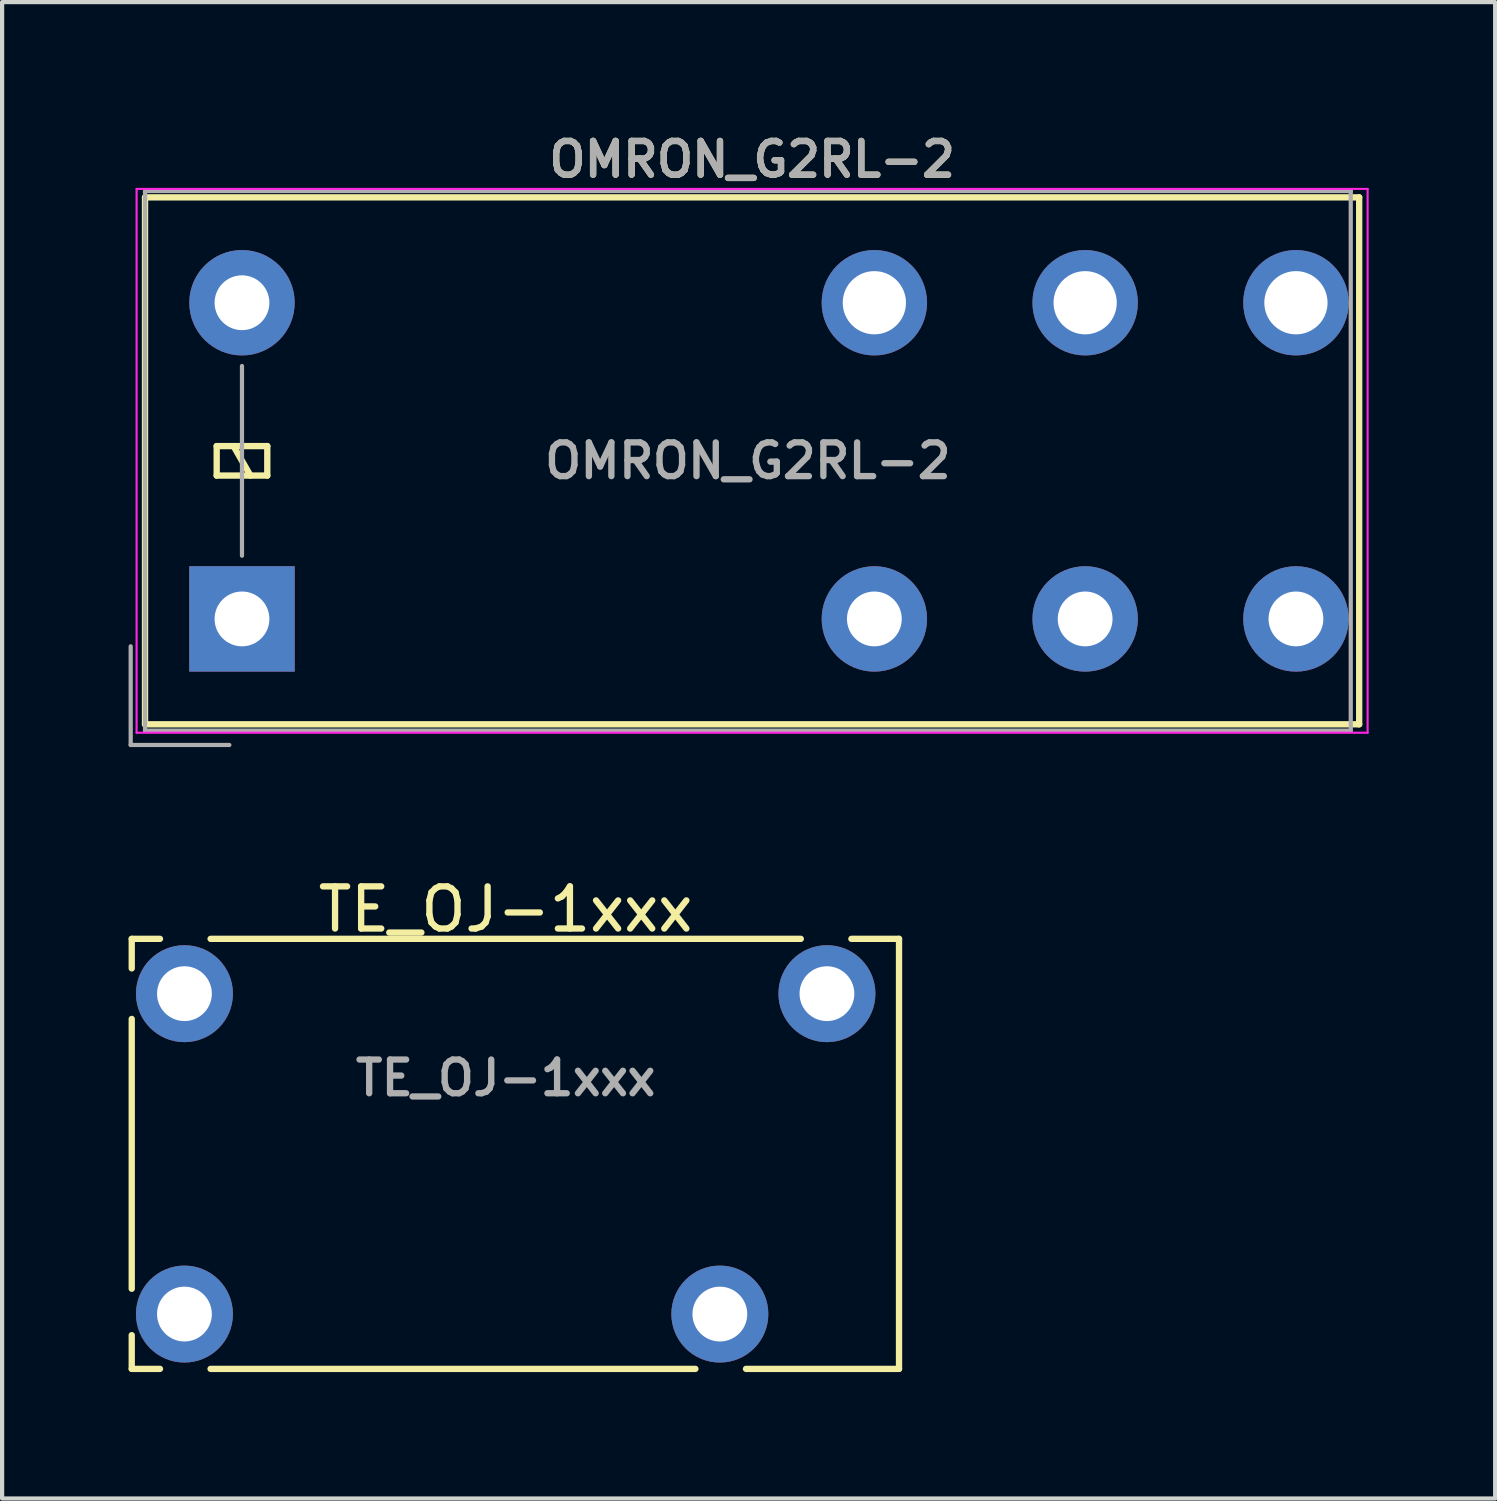
<source format=kicad_pcb>
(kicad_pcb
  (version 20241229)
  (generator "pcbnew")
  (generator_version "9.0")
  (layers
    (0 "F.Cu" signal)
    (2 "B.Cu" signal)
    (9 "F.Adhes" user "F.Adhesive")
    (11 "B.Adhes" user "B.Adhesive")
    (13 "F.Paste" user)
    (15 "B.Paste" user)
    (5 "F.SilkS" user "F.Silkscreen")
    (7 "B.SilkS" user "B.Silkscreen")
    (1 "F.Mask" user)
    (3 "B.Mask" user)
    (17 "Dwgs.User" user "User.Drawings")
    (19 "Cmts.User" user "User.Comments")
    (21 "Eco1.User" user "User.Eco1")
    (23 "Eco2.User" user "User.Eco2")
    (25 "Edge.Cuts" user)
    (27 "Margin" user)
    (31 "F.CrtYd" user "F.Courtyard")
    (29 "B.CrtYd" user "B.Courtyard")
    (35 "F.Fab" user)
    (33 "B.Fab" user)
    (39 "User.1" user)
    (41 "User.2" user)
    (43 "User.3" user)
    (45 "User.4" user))
  (footprint "OMRON_G2RL-2"
    (layer "F.Cu")
    (at 2.69 11.631)
    (property "Reference" "OMRON_G2RL-2" (at 12.1 -10.9 180) (layer "F.SilkS") (effects (font (size 0.8 0.8) (thickness 0.15))))
    (attr through_hole)
    (fp_line (start -2.3 -10) (end -2.3 2.5) (stroke (width 0.15) (type solid)) (layer "F.SilkS"))
    (fp_line (start -0.6 -4.1) (end -0.6 -3.4) (stroke (width 0.15) (type solid)) (layer "F.SilkS"))
    (fp_line (start -0.6 -3.4) (end 0.6 -3.4) (stroke (width 0.15) (type solid)) (layer "F.SilkS"))
    (fp_line (start 0.2 -3.4) (end -0.2 -4.1) (stroke (width 0.15) (type solid)) (layer "F.SilkS"))
    (fp_line (start 0.6 -4.1) (end -0.6 -4.1) (stroke (width 0.15) (type solid)) (layer "F.SilkS"))
    (fp_line (start 0.6 -3.4) (end 0.6 -4.1) (stroke (width 0.15) (type solid)) (layer "F.SilkS"))
    (fp_line (start 26.5 -10) (end -2.3 -10) (stroke (width 0.15) (type solid)) (layer "F.SilkS"))
    (fp_line (start 26.5 2.5) (end -2.3 2.5) (stroke (width 0.15) (type solid)) (layer "F.SilkS"))
    (fp_line (start 26.5 2.5) (end 26.5 -10) (stroke (width 0.15) (type solid)) (layer "F.SilkS"))
    (fp_line (start -2.5 -10.2) (end 26.7 -10.2) (stroke (width 0.05) (type solid)) (layer "F.CrtYd"))
    (fp_line (start -2.5 2.7) (end -2.5 -10.2) (stroke (width 0.05) (type solid)) (layer "F.CrtYd"))
    (fp_line (start 26.7 -10.2) (end 26.7 2.7) (stroke (width 0.05) (type solid)) (layer "F.CrtYd"))
    (fp_line (start 26.7 2.7) (end -2.5 2.7) (stroke (width 0.05) (type solid)) (layer "F.CrtYd"))
    (fp_line (start -2.64 2.99) (end -2.64 0.65) (stroke (width 0.1) (type solid)) (layer "F.Fab"))
    (fp_line (start -2.3 -10.15) (end -2.3 2.65) (stroke (width 0.1) (type solid)) (layer "F.Fab"))
    (fp_line (start -2.3 2.65) (end 26.3 2.65) (stroke (width 0.1) (type solid)) (layer "F.Fab"))
    (fp_line (start -0.3 2.99) (end -2.64 2.99) (stroke (width 0.1) (type solid)) (layer "F.Fab"))
    (fp_line (start 0 -1.5) (end 0 -6) (stroke (width 0.1) (type solid)) (layer "F.Fab"))
    (fp_line (start 26.3 -10.15) (end -2.3 -10.15) (stroke (width 0.1) (type solid)) (layer "F.Fab"))
    (fp_line (start 26.3 2.65) (end 26.3 -10.15) (stroke (width 0.1) (type solid)) (layer "F.Fab"))
    (fp_text user "${REFERENCE}" (at 12.1 -10.9 0) (layer "F.Fab") (effects (font (size 0.8 0.8) (thickness 0.15))))
    (fp_text user "${REFERENCE}" (at 12 -3.75 180) (layer "F.Fab") (effects (font (size 0.8 0.8) (thickness 0.15))))
    (pad "1" thru_hole rect (at 0 0 90) (size 2.5 2.5) (drill 1.3) (layers "*.Cu" "*.Mask"))
    (pad "2" thru_hole oval (at 15 0 90) (size 2.5 2.5) (drill 1.3) (layers "*.Cu" "*.Mask"))
    (pad "3" thru_hole oval (at 20 0 90) (size 2.5 2.5) (drill 1.3) (layers "*.Cu" "*.Mask"))
    (pad "4" thru_hole oval (at 25 0 90) (size 2.5 2.5) (drill 1.3) (layers "*.Cu" "*.Mask"))
    (pad "5" thru_hole oval (at 25 -7.5 90) (size 2.5 2.5) (drill 1.5) (layers "*.Cu" "*.Mask"))
    (pad "6" thru_hole oval (at 20 -7.5 90) (size 2.5 2.5) (drill 1.5) (layers "*.Cu" "*.Mask"))
    (pad "7" thru_hole oval (at 15 -7.5 90) (size 2.5 2.5) (drill 1.5) (layers "*.Cu" "*.Mask"))
    (pad "8" thru_hole oval (at 0 -7.5 90) (size 2.5 2.5) (drill 1.3) (layers "*.Cu" "*.Mask")))
  (footprint "TE_OJ-1xxx"
    (layer "F.Cu")
    (at 8.945 24.32)
    (property "Reference" "TE_OJ-1xxx" (at 0 -5.8 0) (layer "F.SilkS") (effects (font (size 1 1) (thickness 0.15))))
    (attr through_hole)
    (fp_line (start -8.87 -5.1) (end -8.87 -4.4) (stroke (width 0.15) (type solid)) (layer "F.SilkS"))
    (fp_line (start -8.87 -3.2) (end -8.87 3.2) (stroke (width 0.15) (type solid)) (layer "F.SilkS"))
    (fp_line (start -8.87 5.1) (end -8.87 4.3) (stroke (width 0.15) (type solid)) (layer "F.SilkS"))
    (fp_line (start -8.87 5.1) (end -8.2 5.1) (stroke (width 0.15) (type solid)) (layer "F.SilkS"))
    (fp_line (start -8.2 -5.1) (end -8.87 -5.1) (stroke (width 0.15) (type solid)) (layer "F.SilkS"))
    (fp_line (start 4.5 5.1) (end -7 5.1) (stroke (width 0.15) (type solid)) (layer "F.SilkS"))
    (fp_line (start 7 -5.1) (end -7 -5.1) (stroke (width 0.15) (type solid)) (layer "F.SilkS"))
    (fp_line (start 8.2 -5.1) (end 9.33 -5.1) (stroke (width 0.15) (type solid)) (layer "F.SilkS"))
    (fp_line (start 9.33 -5.1) (end 9.33 5.1) (stroke (width 0.15) (type solid)) (layer "F.SilkS"))
    (fp_line (start 9.33 5.1) (end 5.7 5.1) (stroke (width 0.15) (type solid)) (layer "F.SilkS"))
    (fp_text user "${REFERENCE}" (at 0 -1.8 0) (layer "F.Fab") (effects (font (size 0.8 0.8) (thickness 0.15))))
    (pad "1" thru_hole circle (at -7.62 3.8) (size 2.3 2.3) (drill 1.3) (layers "*.Cu" "*.Mask"))
    (pad "2" thru_hole circle (at 5.08 3.8) (size 2.3 2.3) (drill 1.3) (layers "*.Cu" "*.Mask"))
    (pad "3" thru_hole circle (at 7.62 -3.8) (size 2.3 2.3) (drill 1.3) (layers "*.Cu" "*.Mask"))
    (pad "4" thru_hole circle (at -7.62 -3.8) (size 2.3 2.3) (drill 1.3) (layers "*.Cu" "*.Mask")))
  (gr_rect
    (start -3 -3)
    (end 32.415 32.495)
    (stroke (width 0.1) (type default))
    (fill no)
    (layer "Edge.Cuts")))
</source>
